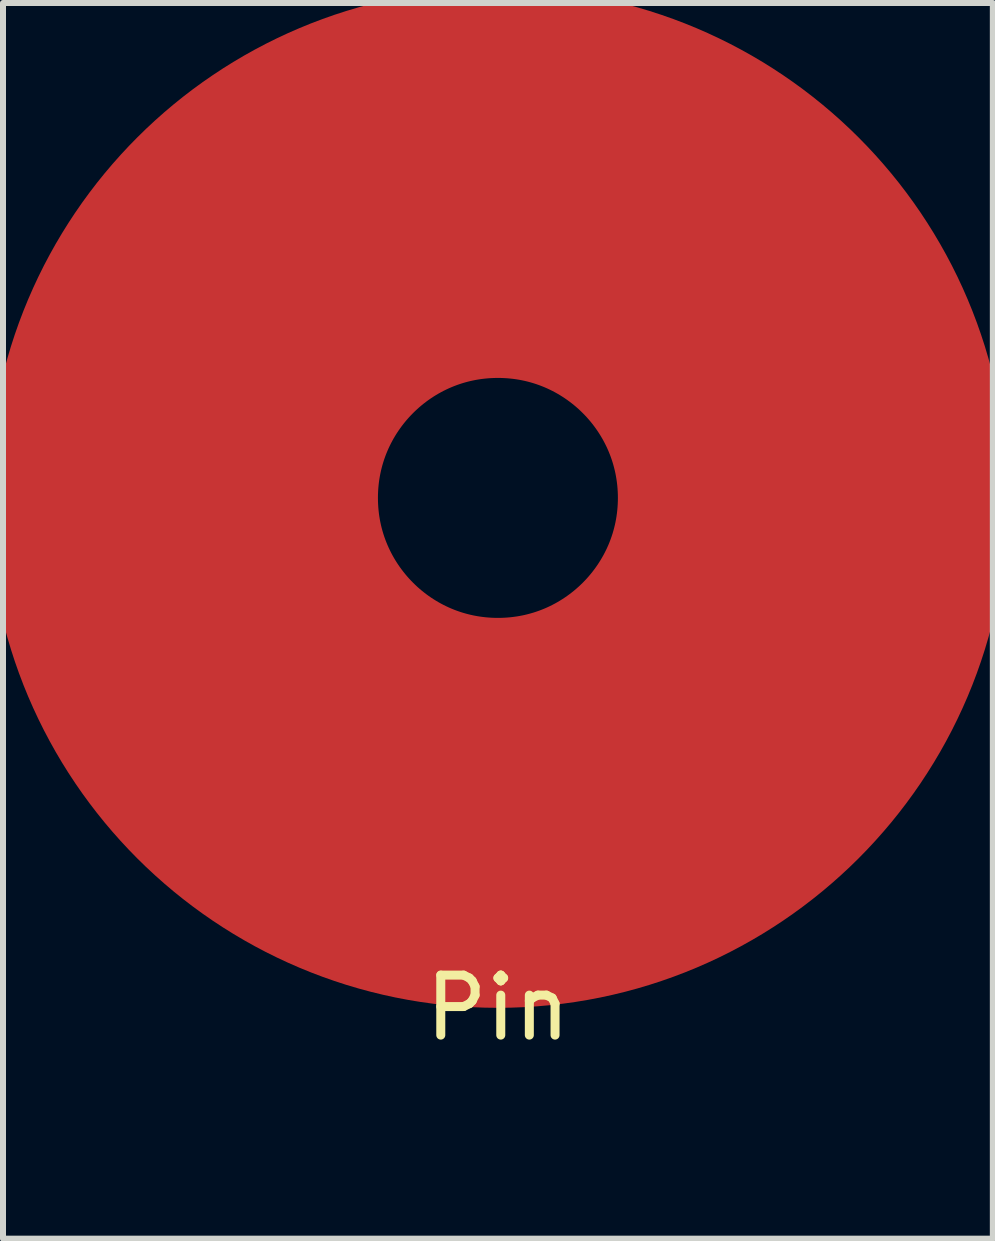
<source format=kicad_pcb>
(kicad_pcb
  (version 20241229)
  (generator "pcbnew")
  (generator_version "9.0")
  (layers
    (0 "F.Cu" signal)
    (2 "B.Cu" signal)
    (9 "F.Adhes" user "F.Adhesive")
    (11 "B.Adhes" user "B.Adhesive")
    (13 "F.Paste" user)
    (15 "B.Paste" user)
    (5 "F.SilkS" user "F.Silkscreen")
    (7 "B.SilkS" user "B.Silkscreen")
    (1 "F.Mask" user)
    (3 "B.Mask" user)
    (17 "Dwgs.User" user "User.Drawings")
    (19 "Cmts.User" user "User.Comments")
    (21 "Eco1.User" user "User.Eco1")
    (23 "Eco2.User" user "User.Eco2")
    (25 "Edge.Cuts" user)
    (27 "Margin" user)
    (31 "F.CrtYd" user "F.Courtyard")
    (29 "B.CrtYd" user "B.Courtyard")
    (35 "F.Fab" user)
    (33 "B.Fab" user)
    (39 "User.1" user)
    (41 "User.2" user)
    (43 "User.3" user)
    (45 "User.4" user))
  (footprint "Pin"
    (layer "F.Cu")
    (at 5.25 13.25)
    (property "Reference" "Pin" (at 0 0.5 0) (layer "F.SilkS") (effects (font (size 1 1) (thickness 0.15))))
    (attr through_hole)
    (fp_circle (center 0 -8) (end 2 -8) (stroke (width 6.5) (type solid)) (fill no) (layer "F.Cu"))
    (fp_circle (center 0 -8) (end 2 -8) (stroke (width 5.5) (type solid)) (fill no) (layer "F.Mask")))
  (gr_rect
    (start -3 -3)
    (end 13.5 17.598)
    (stroke (width 0.1) (type default))
    (fill no)
    (layer "Edge.Cuts")))
</source>
